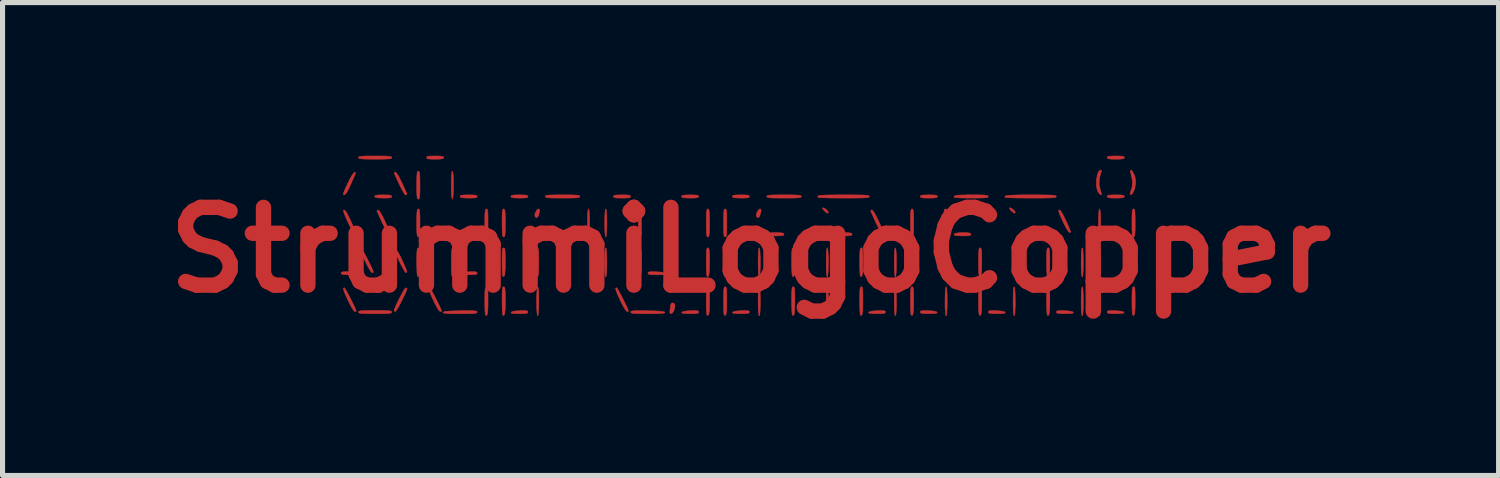
<source format=kicad_pcb>
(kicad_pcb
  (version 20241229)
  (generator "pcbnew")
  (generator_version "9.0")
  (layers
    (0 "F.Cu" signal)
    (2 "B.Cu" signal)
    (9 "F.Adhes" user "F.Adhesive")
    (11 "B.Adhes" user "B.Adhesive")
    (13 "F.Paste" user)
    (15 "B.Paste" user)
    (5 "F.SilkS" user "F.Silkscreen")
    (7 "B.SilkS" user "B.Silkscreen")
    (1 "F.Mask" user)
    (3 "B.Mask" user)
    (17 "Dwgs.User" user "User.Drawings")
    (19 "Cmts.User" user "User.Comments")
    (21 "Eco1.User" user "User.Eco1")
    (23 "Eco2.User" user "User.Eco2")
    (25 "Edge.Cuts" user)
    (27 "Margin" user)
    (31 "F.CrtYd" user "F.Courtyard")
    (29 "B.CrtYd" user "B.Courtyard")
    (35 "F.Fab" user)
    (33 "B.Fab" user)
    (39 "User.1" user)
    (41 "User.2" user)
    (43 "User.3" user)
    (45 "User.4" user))
  (footprint "StrummiLogoCopper"
    (layer "F.Cu")
    (at 11.655 1.847)
    (property "Reference" "StrummiLogoCopper" (at 0 0 0) (layer "F.Cu") (effects (font (size 1.524 1.524) (thickness 0.3))))
    (attr through_hole)
    (fp_poly (pts (xy 1.458 -0.811) (xy 1.497 -0.779) (xy 1.522 -0.744) (xy 1.524 -0.734) (xy 1.512 -0.72) (xy 1.48 -0.736) (xy 1.439 -0.773) (xy 1.41 -0.809) (xy 1.412 -0.824) (xy 1.422 -0.826) (xy 1.458 -0.811)) (stroke (width 0.01) (type solid)) (fill yes) (layer "F.Cu"))
    (fp_poly (pts (xy 5.119 -0.811) (xy 5.159 -0.779) (xy 5.184 -0.744) (xy 5.186 -0.734) (xy 5.174 -0.72) (xy 5.141 -0.736) (xy 5.101 -0.773) (xy 5.072 -0.809) (xy 5.073 -0.824) (xy 5.084 -0.826) (xy 5.119 -0.811)) (stroke (width 0.01) (type solid)) (fill yes) (layer "F.Cu"))
    (fp_poly (pts (xy -4.135 -0.794) (xy -4.135 -0.758) (xy -4.139 -0.736) (xy -4.16 -0.664) (xy -4.185 -0.633) (xy -4.213 -0.643) (xy -4.224 -0.657) (xy -4.227 -0.694) (xy -4.211 -0.742) (xy -4.185 -0.785) (xy -4.156 -0.804) (xy -4.155 -0.804) (xy -4.135 -0.794)) (stroke (width 0.01) (type solid)) (fill yes) (layer "F.Cu"))
    (fp_poly (pts (xy -1.491 1.054) (xy -1.481 1.099) (xy -1.494 1.164) (xy -1.506 1.195) (xy -1.537 1.24) (xy -1.565 1.25) (xy -1.582 1.226) (xy -1.58 1.183) (xy -1.57 1.122) (xy -1.566 1.077) (xy -1.55 1.043) (xy -1.524 1.037) (xy -1.491 1.054)) (stroke (width 0.01) (type solid)) (fill yes) (layer "F.Cu"))
    (fp_poly (pts (xy 0.204 -0.794) (xy 0.205 -0.758) (xy 0.2 -0.736) (xy 0.179 -0.664) (xy 0.154 -0.633) (xy 0.126 -0.643) (xy 0.116 -0.657) (xy 0.113 -0.694) (xy 0.128 -0.742) (xy 0.155 -0.785) (xy 0.183 -0.804) (xy 0.184 -0.804) (xy 0.204 -0.794)) (stroke (width 0.01) (type solid)) (fill yes) (layer "F.Cu"))
    (fp_poly (pts (xy 3.843 -0.79) (xy 3.852 -0.744) (xy 3.852 -0.72) (xy 3.847 -0.661) (xy 3.83 -0.637) (xy 3.821 -0.635) (xy 3.799 -0.649) (xy 3.789 -0.695) (xy 3.789 -0.72) (xy 3.794 -0.779) (xy 3.811 -0.803) (xy 3.821 -0.804) (xy 3.843 -0.79)) (stroke (width 0.01) (type solid)) (fill yes) (layer "F.Cu"))
    (fp_poly (pts (xy -7.86 0.428) (xy -7.763 0.435) (xy -7.705 0.448) (xy -7.689 0.46) (xy -7.696 0.474) (xy -7.732 0.483) (xy -7.802 0.486) (xy -7.851 0.487) (xy -7.938 0.485) (xy -7.99 0.48) (xy -8.016 0.47) (xy -8.022 0.454) (xy -8.015 0.438) (xy -7.99 0.429) (xy -7.937 0.426) (xy -7.86 0.428)) (stroke (width 0.01) (type solid)) (fill yes) (layer "F.Cu"))
    (fp_poly (pts (xy -5.384 0.429) (xy -5.361 0.439) (xy -5.355 0.454) (xy -5.362 0.471) (xy -5.389 0.481) (xy -5.444 0.486) (xy -5.526 0.487) (xy -5.615 0.485) (xy -5.668 0.479) (xy -5.688 0.468) (xy -5.689 0.46) (xy -5.662 0.444) (xy -5.594 0.433) (xy -5.518 0.428) (xy -5.434 0.426) (xy -5.384 0.429)) (stroke (width 0.01) (type solid)) (fill yes) (layer "F.Cu"))
    (fp_poly (pts (xy -4.389 1.191) (xy -4.366 1.201) (xy -4.36 1.216) (xy -4.368 1.233) (xy -4.395 1.243) (xy -4.449 1.248) (xy -4.531 1.249) (xy -4.621 1.247) (xy -4.673 1.241) (xy -4.694 1.23) (xy -4.694 1.222) (xy -4.667 1.206) (xy -4.599 1.195) (xy -4.523 1.19) (xy -4.439 1.188) (xy -4.389 1.191)) (stroke (width 0.01) (type solid)) (fill yes) (layer "F.Cu"))
    (fp_poly (pts (xy -1.848 0.428) (xy -1.752 0.435) (xy -1.694 0.448) (xy -1.677 0.46) (xy -1.684 0.474) (xy -1.72 0.483) (xy -1.791 0.486) (xy -1.84 0.487) (xy -1.927 0.485) (xy -1.979 0.48) (xy -2.005 0.47) (xy -2.011 0.454) (xy -2.004 0.438) (xy -1.979 0.429) (xy -1.926 0.426) (xy -1.848 0.428)) (stroke (width 0.01) (type solid)) (fill yes) (layer "F.Cu"))
    (fp_poly (pts (xy -1.045 1.191) (xy -1.021 1.201) (xy -1.016 1.216) (xy -1.023 1.233) (xy -1.05 1.243) (xy -1.105 1.248) (xy -1.187 1.249) (xy -1.276 1.247) (xy -1.328 1.241) (xy -1.349 1.23) (xy -1.349 1.222) (xy -1.322 1.206) (xy -1.255 1.195) (xy -1.178 1.19) (xy -1.095 1.188) (xy -1.045 1.191)) (stroke (width 0.01) (type solid)) (fill yes) (layer "F.Cu"))
    (fp_poly (pts (xy -0.05 1.191) (xy -0.027 1.201) (xy -0.021 1.216) (xy -0.028 1.233) (xy -0.055 1.243) (xy -0.11 1.248) (xy -0.192 1.249) (xy -0.281 1.247) (xy -0.334 1.241) (xy -0.354 1.23) (xy -0.355 1.222) (xy -0.328 1.206) (xy -0.26 1.195) (xy -0.184 1.19) (xy -0.1 1.188) (xy -0.05 1.191)) (stroke (width 0.01) (type solid)) (fill yes) (layer "F.Cu"))
    (fp_poly (pts (xy 1.283 1.191) (xy 1.307 1.201) (xy 1.312 1.216) (xy 1.305 1.233) (xy 1.278 1.243) (xy 1.224 1.248) (xy 1.141 1.249) (xy 1.052 1.247) (xy 1 1.241) (xy 0.979 1.23) (xy 0.979 1.222) (xy 1.006 1.206) (xy 1.073 1.195) (xy 1.15 1.19) (xy 1.234 1.188) (xy 1.283 1.191)) (stroke (width 0.01) (type solid)) (fill yes) (layer "F.Cu"))
    (fp_poly (pts (xy 2.617 1.191) (xy 2.64 1.201) (xy 2.646 1.216) (xy 2.639 1.233) (xy 2.612 1.243) (xy 2.557 1.248) (xy 2.475 1.249) (xy 2.386 1.247) (xy 2.333 1.241) (xy 2.313 1.23) (xy 2.312 1.222) (xy 2.339 1.206) (xy 2.407 1.195) (xy 2.483 1.19) (xy 2.567 1.188) (xy 2.617 1.191)) (stroke (width 0.01) (type solid)) (fill yes) (layer "F.Cu"))
    (fp_poly (pts (xy 3.486 1.19) (xy 3.582 1.197) (xy 3.64 1.21) (xy 3.657 1.222) (xy 3.65 1.236) (xy 3.614 1.245) (xy 3.543 1.248) (xy 3.494 1.249) (xy 3.407 1.247) (xy 3.355 1.242) (xy 3.329 1.232) (xy 3.323 1.216) (xy 3.33 1.2) (xy 3.355 1.191) (xy 3.408 1.188) (xy 3.486 1.19)) (stroke (width 0.01) (type solid)) (fill yes) (layer "F.Cu"))
    (fp_poly (pts (xy 4.819 1.19) (xy 4.916 1.197) (xy 4.974 1.21) (xy 4.99 1.222) (xy 4.983 1.236) (xy 4.947 1.245) (xy 4.877 1.248) (xy 4.828 1.249) (xy 4.741 1.247) (xy 4.688 1.242) (xy 4.663 1.232) (xy 4.657 1.216) (xy 4.663 1.2) (xy 4.689 1.191) (xy 4.741 1.188) (xy 4.819 1.19)) (stroke (width 0.01) (type solid)) (fill yes) (layer "F.Cu"))
    (fp_poly (pts (xy 6.153 1.19) (xy 6.249 1.197) (xy 6.307 1.21) (xy 6.324 1.222) (xy 6.317 1.236) (xy 6.281 1.245) (xy 6.21 1.248) (xy 6.161 1.249) (xy 6.074 1.247) (xy 6.022 1.242) (xy 5.996 1.232) (xy 5.99 1.216) (xy 5.997 1.2) (xy 6.022 1.191) (xy 6.075 1.188) (xy 6.153 1.19)) (stroke (width 0.01) (type solid)) (fill yes) (layer "F.Cu"))
    (fp_poly (pts (xy 7.147 1.19) (xy 7.244 1.197) (xy 7.302 1.21) (xy 7.318 1.222) (xy 7.311 1.236) (xy 7.275 1.245) (xy 7.205 1.248) (xy 7.156 1.249) (xy 7.069 1.247) (xy 7.017 1.242) (xy 6.991 1.232) (xy 6.985 1.216) (xy 6.992 1.2) (xy 7.017 1.191) (xy 7.07 1.188) (xy 7.147 1.19)) (stroke (width 0.01) (type solid)) (fill yes) (layer "F.Cu"))
    (fp_poly (pts (xy -6.094 -1.84) (xy -6.042 -1.835) (xy -6.017 -1.824) (xy -6.011 -1.81) (xy -6.019 -1.793) (xy -6.048 -1.784) (xy -6.106 -1.779) (xy -6.181 -1.778) (xy -6.268 -1.779) (xy -6.32 -1.785) (xy -6.345 -1.796) (xy -6.35 -1.81) (xy -6.342 -1.826) (xy -6.313 -1.836) (xy -6.256 -1.84) (xy -6.181 -1.841) (xy -6.094 -1.84)) (stroke (width 0.01) (type solid)) (fill yes) (layer "F.Cu"))
    (fp_poly (pts (xy -5.833 -0.022) (xy -5.826 0.037) (xy -5.822 0.129) (xy -5.821 0.243) (xy -5.822 0.364) (xy -5.827 0.455) (xy -5.834 0.511) (xy -5.842 0.529) (xy -5.851 0.509) (xy -5.858 0.45) (xy -5.862 0.358) (xy -5.863 0.243) (xy -5.862 0.123) (xy -5.857 0.032) (xy -5.85 -0.024) (xy -5.842 -0.042) (xy -5.833 -0.022)) (stroke (width 0.01) (type solid)) (fill yes) (layer "F.Cu"))
    (fp_poly (pts (xy -5.833 -1.525) (xy -5.826 -1.466) (xy -5.822 -1.375) (xy -5.821 -1.27) (xy -5.822 -1.152) (xy -5.827 -1.064) (xy -5.834 -1.011) (xy -5.842 -0.995) (xy -5.851 -1.015) (xy -5.858 -1.074) (xy -5.862 -1.165) (xy -5.863 -1.27) (xy -5.862 -1.388) (xy -5.857 -1.476) (xy -5.85 -1.529) (xy -5.842 -1.545) (xy -5.833 -1.525)) (stroke (width 0.01) (type solid)) (fill yes) (layer "F.Cu"))
    (fp_poly (pts (xy -4.161 -0.022) (xy -4.154 0.037) (xy -4.15 0.129) (xy -4.149 0.243) (xy -4.15 0.364) (xy -4.155 0.455) (xy -4.161 0.511) (xy -4.17 0.529) (xy -4.179 0.509) (xy -4.185 0.45) (xy -4.19 0.358) (xy -4.191 0.243) (xy -4.189 0.123) (xy -4.185 0.032) (xy -4.178 -0.024) (xy -4.17 -0.042) (xy -4.161 -0.022)) (stroke (width 0.01) (type solid)) (fill yes) (layer "F.Cu"))
    (fp_poly (pts (xy -4.161 0.74) (xy -4.154 0.799) (xy -4.15 0.891) (xy -4.149 1.005) (xy -4.15 1.126) (xy -4.155 1.217) (xy -4.161 1.273) (xy -4.17 1.291) (xy -4.179 1.271) (xy -4.185 1.212) (xy -4.19 1.12) (xy -4.191 1.005) (xy -4.189 0.885) (xy -4.185 0.794) (xy -4.178 0.738) (xy -4.17 0.72) (xy -4.161 0.74)) (stroke (width 0.01) (type solid)) (fill yes) (layer "F.Cu"))
    (fp_poly (pts (xy -3.166 -0.784) (xy -3.159 -0.726) (xy -3.155 -0.634) (xy -3.154 -0.529) (xy -3.155 -0.411) (xy -3.16 -0.324) (xy -3.167 -0.27) (xy -3.175 -0.254) (xy -3.184 -0.274) (xy -3.191 -0.333) (xy -3.195 -0.425) (xy -3.196 -0.529) (xy -3.195 -0.647) (xy -3.19 -0.735) (xy -3.183 -0.789) (xy -3.175 -0.804) (xy -3.166 -0.784)) (stroke (width 0.01) (type solid)) (fill yes) (layer "F.Cu"))
    (fp_poly (pts (xy -2.827 -0.022) (xy -2.821 0.037) (xy -2.817 0.129) (xy -2.815 0.243) (xy -2.817 0.364) (xy -2.821 0.455) (xy -2.828 0.511) (xy -2.836 0.529) (xy -2.845 0.509) (xy -2.852 0.45) (xy -2.856 0.358) (xy -2.857 0.243) (xy -2.856 0.123) (xy -2.852 0.032) (xy -2.845 -0.024) (xy -2.836 -0.042) (xy -2.827 -0.022)) (stroke (width 0.01) (type solid)) (fill yes) (layer "F.Cu"))
    (fp_poly (pts (xy -2.827 -0.784) (xy -2.821 -0.726) (xy -2.816 -0.634) (xy -2.815 -0.529) (xy -2.817 -0.411) (xy -2.821 -0.324) (xy -2.828 -0.27) (xy -2.836 -0.254) (xy -2.845 -0.274) (xy -2.852 -0.333) (xy -2.856 -0.425) (xy -2.857 -0.529) (xy -2.856 -0.647) (xy -2.851 -0.735) (xy -2.844 -0.789) (xy -2.836 -0.804) (xy -2.827 -0.784)) (stroke (width 0.01) (type solid)) (fill yes) (layer "F.Cu"))
    (fp_poly (pts (xy -2.432 -1.078) (xy -2.38 -1.073) (xy -2.355 -1.062) (xy -2.349 -1.048) (xy -2.357 -1.031) (xy -2.386 -1.022) (xy -2.444 -1.017) (xy -2.519 -1.016) (xy -2.606 -1.017) (xy -2.658 -1.023) (xy -2.683 -1.034) (xy -2.688 -1.048) (xy -2.68 -1.064) (xy -2.651 -1.074) (xy -2.594 -1.078) (xy -2.519 -1.079) (xy -2.432 -1.078)) (stroke (width 0.01) (type solid)) (fill yes) (layer "F.Cu"))
    (fp_poly (pts (xy -1.494 -0.022) (xy -1.487 0.037) (xy -1.483 0.129) (xy -1.482 0.243) (xy -1.483 0.364) (xy -1.488 0.455) (xy -1.494 0.511) (xy -1.503 0.529) (xy -1.512 0.509) (xy -1.518 0.45) (xy -1.523 0.358) (xy -1.524 0.243) (xy -1.522 0.123) (xy -1.518 0.032) (xy -1.511 -0.024) (xy -1.503 -0.042) (xy -1.494 -0.022)) (stroke (width 0.01) (type solid)) (fill yes) (layer "F.Cu"))
    (fp_poly (pts (xy -1.494 -0.784) (xy -1.487 -0.726) (xy -1.483 -0.634) (xy -1.482 -0.529) (xy -1.483 -0.411) (xy -1.488 -0.324) (xy -1.495 -0.27) (xy -1.503 -0.254) (xy -1.512 -0.274) (xy -1.519 -0.333) (xy -1.523 -0.425) (xy -1.524 -0.529) (xy -1.522 -0.647) (xy -1.518 -0.735) (xy -1.511 -0.789) (xy -1.503 -0.804) (xy -1.494 -0.784)) (stroke (width 0.01) (type solid)) (fill yes) (layer "F.Cu"))
    (fp_poly (pts (xy 0.178 -0.022) (xy 0.185 0.037) (xy 0.189 0.129) (xy 0.191 0.243) (xy 0.189 0.364) (xy 0.185 0.455) (xy 0.178 0.511) (xy 0.169 0.529) (xy 0.16 0.509) (xy 0.154 0.45) (xy 0.15 0.358) (xy 0.148 0.243) (xy 0.15 0.123) (xy 0.154 0.032) (xy 0.161 -0.024) (xy 0.169 -0.042) (xy 0.178 -0.022)) (stroke (width 0.01) (type solid)) (fill yes) (layer "F.Cu"))
    (fp_poly (pts (xy 0.178 0.74) (xy 0.185 0.799) (xy 0.189 0.891) (xy 0.191 1.005) (xy 0.189 1.126) (xy 0.185 1.217) (xy 0.178 1.273) (xy 0.169 1.291) (xy 0.16 1.271) (xy 0.154 1.212) (xy 0.15 1.12) (xy 0.148 1.005) (xy 0.15 0.885) (xy 0.154 0.794) (xy 0.161 0.738) (xy 0.169 0.72) (xy 0.178 0.74)) (stroke (width 0.01) (type solid)) (fill yes) (layer "F.Cu"))
    (fp_poly (pts (xy 0.574 -0.337) (xy 0.626 -0.332) (xy 0.651 -0.321) (xy 0.656 -0.307) (xy 0.648 -0.291) (xy 0.619 -0.281) (xy 0.562 -0.276) (xy 0.487 -0.275) (xy 0.4 -0.277) (xy 0.348 -0.282) (xy 0.323 -0.293) (xy 0.318 -0.307) (xy 0.325 -0.323) (xy 0.354 -0.333) (xy 0.412 -0.338) (xy 0.487 -0.339) (xy 0.574 -0.337)) (stroke (width 0.01) (type solid)) (fill yes) (layer "F.Cu"))
    (fp_poly (pts (xy 1.512 -0.022) (xy 1.518 0.037) (xy 1.523 0.129) (xy 1.524 0.243) (xy 1.522 0.364) (xy 1.518 0.455) (xy 1.511 0.511) (xy 1.503 0.529) (xy 1.494 0.509) (xy 1.487 0.45) (xy 1.483 0.358) (xy 1.482 0.243) (xy 1.483 0.123) (xy 1.488 0.032) (xy 1.494 -0.024) (xy 1.503 -0.042) (xy 1.512 -0.022)) (stroke (width 0.01) (type solid)) (fill yes) (layer "F.Cu"))
    (fp_poly (pts (xy 1.512 0.74) (xy 1.518 0.799) (xy 1.523 0.891) (xy 1.524 1.005) (xy 1.522 1.126) (xy 1.518 1.217) (xy 1.511 1.273) (xy 1.503 1.291) (xy 1.494 1.271) (xy 1.487 1.212) (xy 1.483 1.12) (xy 1.482 1.005) (xy 1.483 0.885) (xy 1.488 0.794) (xy 1.494 0.738) (xy 1.503 0.72) (xy 1.512 0.74)) (stroke (width 0.01) (type solid)) (fill yes) (layer "F.Cu"))
    (fp_poly (pts (xy 1.907 -0.337) (xy 1.959 -0.332) (xy 1.984 -0.321) (xy 1.99 -0.307) (xy 1.982 -0.291) (xy 1.953 -0.281) (xy 1.895 -0.276) (xy 1.82 -0.275) (xy 1.733 -0.277) (xy 1.681 -0.282) (xy 1.656 -0.293) (xy 1.651 -0.307) (xy 1.659 -0.323) (xy 1.688 -0.333) (xy 1.745 -0.338) (xy 1.82 -0.339) (xy 1.907 -0.337)) (stroke (width 0.01) (type solid)) (fill yes) (layer "F.Cu"))
    (fp_poly (pts (xy 2.845 -0.022) (xy 2.852 0.037) (xy 2.856 0.129) (xy 2.857 0.243) (xy 2.856 0.364) (xy 2.852 0.455) (xy 2.845 0.511) (xy 2.836 0.529) (xy 2.827 0.509) (xy 2.821 0.45) (xy 2.817 0.358) (xy 2.815 0.243) (xy 2.817 0.123) (xy 2.821 0.032) (xy 2.828 -0.024) (xy 2.836 -0.042) (xy 2.845 -0.022)) (stroke (width 0.01) (type solid)) (fill yes) (layer "F.Cu"))
    (fp_poly (pts (xy 2.845 0.74) (xy 2.852 0.799) (xy 2.856 0.891) (xy 2.857 1.005) (xy 2.856 1.126) (xy 2.852 1.217) (xy 2.845 1.273) (xy 2.836 1.291) (xy 2.827 1.271) (xy 2.821 1.212) (xy 2.817 1.12) (xy 2.815 1.005) (xy 2.817 0.885) (xy 2.821 0.794) (xy 2.828 0.738) (xy 2.836 0.72) (xy 2.845 0.74)) (stroke (width 0.01) (type solid)) (fill yes) (layer "F.Cu"))
    (fp_poly (pts (xy 3.579 -1.078) (xy 3.632 -1.073) (xy 3.656 -1.062) (xy 3.662 -1.048) (xy 3.654 -1.031) (xy 3.625 -1.022) (xy 3.568 -1.017) (xy 3.493 -1.016) (xy 3.406 -1.017) (xy 3.353 -1.023) (xy 3.329 -1.034) (xy 3.323 -1.048) (xy 3.331 -1.064) (xy 3.36 -1.074) (xy 3.417 -1.078) (xy 3.493 -1.079) (xy 3.579 -1.078)) (stroke (width 0.01) (type solid)) (fill yes) (layer "F.Cu"))
    (fp_poly (pts (xy 3.84 -0.022) (xy 3.847 0.037) (xy 3.851 0.129) (xy 3.852 0.243) (xy 3.851 0.364) (xy 3.846 0.455) (xy 3.84 0.511) (xy 3.831 0.529) (xy 3.822 0.509) (xy 3.816 0.45) (xy 3.811 0.358) (xy 3.81 0.243) (xy 3.812 0.123) (xy 3.816 0.032) (xy 3.823 -0.024) (xy 3.831 -0.042) (xy 3.84 -0.022)) (stroke (width 0.01) (type solid)) (fill yes) (layer "F.Cu"))
    (fp_poly (pts (xy 3.84 0.74) (xy 3.847 0.799) (xy 3.851 0.891) (xy 3.852 1.005) (xy 3.851 1.126) (xy 3.846 1.217) (xy 3.84 1.273) (xy 3.831 1.291) (xy 3.822 1.271) (xy 3.816 1.212) (xy 3.811 1.12) (xy 3.81 1.005) (xy 3.812 0.885) (xy 3.816 0.794) (xy 3.823 0.738) (xy 3.831 0.72) (xy 3.84 0.74)) (stroke (width 0.01) (type solid)) (fill yes) (layer "F.Cu"))
    (fp_poly (pts (xy 4.244 -0.337) (xy 4.293 -0.331) (xy 4.315 -0.319) (xy 4.318 -0.307) (xy 4.31 -0.29) (xy 4.279 -0.28) (xy 4.219 -0.276) (xy 4.163 -0.275) (xy 4.085 -0.277) (xy 4.026 -0.281) (xy 3.995 -0.288) (xy 3.994 -0.289) (xy 3.986 -0.313) (xy 4.02 -0.329) (xy 4.094 -0.337) (xy 4.16 -0.339) (xy 4.244 -0.337)) (stroke (width 0.01) (type solid)) (fill yes) (layer "F.Cu"))
    (fp_poly (pts (xy 5.174 -0.022) (xy 5.18 0.037) (xy 5.184 0.129) (xy 5.186 0.243) (xy 5.184 0.364) (xy 5.18 0.455) (xy 5.173 0.511) (xy 5.165 0.529) (xy 5.156 0.509) (xy 5.149 0.45) (xy 5.145 0.358) (xy 5.144 0.243) (xy 5.145 0.123) (xy 5.149 0.032) (xy 5.156 -0.024) (xy 5.165 -0.042) (xy 5.174 -0.022)) (stroke (width 0.01) (type solid)) (fill yes) (layer "F.Cu"))
    (fp_poly (pts (xy 5.174 0.74) (xy 5.18 0.799) (xy 5.184 0.891) (xy 5.186 1.005) (xy 5.184 1.126) (xy 5.18 1.217) (xy 5.173 1.273) (xy 5.165 1.291) (xy 5.156 1.271) (xy 5.149 1.212) (xy 5.145 1.12) (xy 5.144 1.005) (xy 5.145 0.885) (xy 5.149 0.794) (xy 5.156 0.738) (xy 5.165 0.72) (xy 5.174 0.74)) (stroke (width 0.01) (type solid)) (fill yes) (layer "F.Cu"))
    (fp_poly (pts (xy 5.577 -0.337) (xy 5.626 -0.331) (xy 5.648 -0.319) (xy 5.652 -0.307) (xy 5.643 -0.29) (xy 5.613 -0.28) (xy 5.552 -0.276) (xy 5.496 -0.275) (xy 5.419 -0.277) (xy 5.359 -0.281) (xy 5.329 -0.288) (xy 5.328 -0.289) (xy 5.32 -0.313) (xy 5.353 -0.329) (xy 5.427 -0.337) (xy 5.494 -0.339) (xy 5.577 -0.337)) (stroke (width 0.01) (type solid)) (fill yes) (layer "F.Cu"))
    (fp_poly (pts (xy 6.507 -0.022) (xy 6.514 0.037) (xy 6.518 0.129) (xy 6.519 0.243) (xy 6.518 0.364) (xy 6.513 0.455) (xy 6.507 0.511) (xy 6.498 0.529) (xy 6.489 0.509) (xy 6.483 0.45) (xy 6.478 0.358) (xy 6.477 0.243) (xy 6.479 0.123) (xy 6.483 0.032) (xy 6.49 -0.024) (xy 6.498 -0.042) (xy 6.507 -0.022)) (stroke (width 0.01) (type solid)) (fill yes) (layer "F.Cu"))
    (fp_poly (pts (xy 6.507 0.74) (xy 6.514 0.799) (xy 6.518 0.891) (xy 6.519 1.005) (xy 6.518 1.126) (xy 6.513 1.217) (xy 6.507 1.273) (xy 6.498 1.291) (xy 6.489 1.271) (xy 6.483 1.212) (xy 6.478 1.12) (xy 6.477 1.005) (xy 6.479 0.885) (xy 6.483 0.794) (xy 6.49 0.738) (xy 6.498 0.72) (xy 6.507 0.74)) (stroke (width 0.01) (type solid)) (fill yes) (layer "F.Cu"))
    (fp_poly (pts (xy 6.846 -0.022) (xy 6.852 0.037) (xy 6.857 0.129) (xy 6.858 0.243) (xy 6.856 0.364) (xy 6.852 0.455) (xy 6.845 0.511) (xy 6.837 0.529) (xy 6.828 0.509) (xy 6.821 0.45) (xy 6.817 0.358) (xy 6.816 0.243) (xy 6.817 0.123) (xy 6.822 0.032) (xy 6.828 -0.024) (xy 6.837 -0.042) (xy 6.846 -0.022)) (stroke (width 0.01) (type solid)) (fill yes) (layer "F.Cu"))
    (fp_poly (pts (xy 6.846 0.74) (xy 6.852 0.799) (xy 6.857 0.891) (xy 6.858 1.005) (xy 6.856 1.126) (xy 6.852 1.217) (xy 6.845 1.273) (xy 6.837 1.291) (xy 6.828 1.271) (xy 6.821 1.212) (xy 6.817 1.12) (xy 6.816 1.005) (xy 6.817 0.885) (xy 6.822 0.794) (xy 6.828 0.738) (xy 6.837 0.72) (xy 6.846 0.74)) (stroke (width 0.01) (type solid)) (fill yes) (layer "F.Cu"))
    (fp_poly (pts (xy 6.846 -0.784) (xy 6.853 -0.726) (xy 6.857 -0.634) (xy 6.858 -0.529) (xy 6.856 -0.411) (xy 6.852 -0.324) (xy 6.845 -0.27) (xy 6.837 -0.254) (xy 6.828 -0.274) (xy 6.821 -0.333) (xy 6.817 -0.425) (xy 6.816 -0.529) (xy 6.817 -0.647) (xy 6.822 -0.735) (xy 6.829 -0.789) (xy 6.837 -0.804) (xy 6.846 -0.784)) (stroke (width 0.01) (type solid)) (fill yes) (layer "F.Cu"))
    (fp_poly (pts (xy 7.241 -1.84) (xy 7.293 -1.835) (xy 7.318 -1.824) (xy 7.324 -1.81) (xy 7.316 -1.793) (xy 7.287 -1.784) (xy 7.229 -1.779) (xy 7.154 -1.778) (xy 7.067 -1.779) (xy 7.015 -1.785) (xy 6.99 -1.796) (xy 6.985 -1.81) (xy 6.993 -1.826) (xy 7.022 -1.836) (xy 7.079 -1.84) (xy 7.154 -1.841) (xy 7.241 -1.84)) (stroke (width 0.01) (type solid)) (fill yes) (layer "F.Cu"))
    (fp_poly (pts (xy 7.241 -1.078) (xy 7.293 -1.073) (xy 7.318 -1.062) (xy 7.324 -1.048) (xy 7.316 -1.031) (xy 7.287 -1.022) (xy 7.229 -1.017) (xy 7.154 -1.016) (xy 7.067 -1.017) (xy 7.015 -1.023) (xy 6.99 -1.034) (xy 6.985 -1.048) (xy 6.993 -1.064) (xy 7.022 -1.074) (xy 7.079 -1.078) (xy 7.154 -1.079) (xy 7.241 -1.078)) (stroke (width 0.01) (type solid)) (fill yes) (layer "F.Cu"))
    (fp_poly (pts (xy 7.485 -1.535) (xy 7.531 -1.438) (xy 7.545 -1.325) (xy 7.527 -1.207) (xy 7.5 -1.138) (xy 7.474 -1.099) (xy 7.448 -1.081) (xy 7.434 -1.085) (xy 7.438 -1.114) (xy 7.475 -1.233) (xy 7.483 -1.336) (xy 7.466 -1.438) (xy 7.464 -1.442) (xy 7.446 -1.518) (xy 7.443 -1.56) (xy 7.457 -1.565) (xy 7.485 -1.535)) (stroke (width 0.01) (type solid)) (fill yes) (layer "F.Cu"))
    (fp_poly (pts (xy -7.11 -1.078) (xy -7.058 -1.073) (xy -7.033 -1.062) (xy -7.027 -1.048) (xy -7.036 -1.031) (xy -7.066 -1.021) (xy -7.126 -1.017) (xy -7.183 -1.016) (xy -7.26 -1.018) (xy -7.32 -1.023) (xy -7.351 -1.029) (xy -7.352 -1.03) (xy -7.365 -1.053) (xy -7.349 -1.068) (xy -7.297 -1.077) (xy -7.208 -1.079) (xy -7.197 -1.079) (xy -7.11 -1.078)) (stroke (width 0.01) (type solid)) (fill yes) (layer "F.Cu"))
    (fp_poly (pts (xy -5.438 -1.078) (xy -5.385 -1.073) (xy -5.361 -1.062) (xy -5.355 -1.048) (xy -5.364 -1.031) (xy -5.394 -1.021) (xy -5.454 -1.017) (xy -5.51 -1.016) (xy -5.588 -1.018) (xy -5.648 -1.023) (xy -5.679 -1.029) (xy -5.68 -1.03) (xy -5.693 -1.053) (xy -5.676 -1.068) (xy -5.625 -1.077) (xy -5.536 -1.079) (xy -5.524 -1.079) (xy -5.438 -1.078)) (stroke (width 0.01) (type solid)) (fill yes) (layer "F.Cu"))
    (fp_poly (pts (xy -4.443 -1.078) (xy -4.391 -1.073) (xy -4.366 -1.062) (xy -4.36 -1.048) (xy -4.369 -1.031) (xy -4.399 -1.021) (xy -4.459 -1.017) (xy -4.516 -1.016) (xy -4.593 -1.018) (xy -4.653 -1.023) (xy -4.684 -1.029) (xy -4.685 -1.03) (xy -4.698 -1.053) (xy -4.682 -1.068) (xy -4.63 -1.077) (xy -4.541 -1.079) (xy -4.53 -1.079) (xy -4.443 -1.078)) (stroke (width 0.01) (type solid)) (fill yes) (layer "F.Cu"))
    (fp_poly (pts (xy -1.098 -1.078) (xy -1.046 -1.073) (xy -1.021 -1.062) (xy -1.016 -1.048) (xy -1.024 -1.031) (xy -1.055 -1.021) (xy -1.115 -1.017) (xy -1.171 -1.016) (xy -1.249 -1.018) (xy -1.309 -1.023) (xy -1.339 -1.029) (xy -1.341 -1.03) (xy -1.354 -1.053) (xy -1.337 -1.068) (xy -1.286 -1.077) (xy -1.197 -1.079) (xy -1.185 -1.079) (xy -1.098 -1.078)) (stroke (width 0.01) (type solid)) (fill yes) (layer "F.Cu"))
    (fp_poly (pts (xy -0.104 -1.078) (xy -0.051 -1.073) (xy -0.027 -1.062) (xy -0.021 -1.048) (xy -0.03 -1.031) (xy -0.06 -1.021) (xy -0.12 -1.017) (xy -0.176 -1.016) (xy -0.254 -1.018) (xy -0.314 -1.023) (xy -0.345 -1.029) (xy -0.346 -1.03) (xy -0.359 -1.053) (xy -0.342 -1.068) (xy -0.291 -1.077) (xy -0.202 -1.079) (xy -0.191 -1.079) (xy -0.104 -1.078)) (stroke (width 0.01) (type solid)) (fill yes) (layer "F.Cu"))
    (fp_poly (pts (xy 6.874 -1.551) (xy 6.87 -1.532) (xy 6.833 -1.402) (xy 6.828 -1.282) (xy 6.856 -1.156) (xy 6.872 -1.11) (xy 6.876 -1.082) (xy 6.86 -1.081) (xy 6.834 -1.102) (xy 6.807 -1.14) (xy 6.806 -1.142) (xy 6.784 -1.208) (xy 6.775 -1.289) (xy 6.778 -1.374) (xy 6.791 -1.455) (xy 6.812 -1.52) (xy 6.841 -1.559) (xy 6.861 -1.566) (xy 6.874 -1.551)) (stroke (width 0.01) (type solid)) (fill yes) (layer "F.Cu"))
    (fp_poly (pts (xy -7.94 -0.769) (xy -7.918 -0.737) (xy -7.887 -0.68) (xy -7.844 -0.591) (xy -7.823 -0.545) (xy -7.78 -0.45) (xy -7.756 -0.387) (xy -7.749 -0.351) (xy -7.757 -0.339) (xy -7.759 -0.339) (xy -7.783 -0.358) (xy -7.82 -0.413) (xy -7.866 -0.5) (xy -7.893 -0.556) (xy -7.932 -0.642) (xy -7.96 -0.714) (xy -7.975 -0.763) (xy -7.975 -0.78) (xy -7.958 -0.782) (xy -7.94 -0.769)) (stroke (width 0.01) (type solid)) (fill yes) (layer "F.Cu"))
    (fp_poly (pts (xy -7.742 -1.519) (xy -7.742 -1.498) (xy -7.76 -1.452) (xy -7.776 -1.415) (xy -7.816 -1.326) (xy -7.859 -1.231) (xy -7.877 -1.191) (xy -7.915 -1.121) (xy -7.949 -1.084) (xy -7.963 -1.08) (xy -7.975 -1.086) (xy -7.975 -1.11) (xy -7.959 -1.156) (xy -7.927 -1.23) (xy -7.896 -1.296) (xy -7.849 -1.389) (xy -7.808 -1.462) (xy -7.775 -1.508) (xy -7.759 -1.52) (xy -7.742 -1.519)) (stroke (width 0.01) (type solid)) (fill yes) (layer "F.Cu"))
    (fp_poly (pts (xy 6.075 -0.764) (xy 6.111 -0.708) (xy 6.157 -0.618) (xy 6.214 -0.497) (xy 6.232 -0.456) (xy 6.259 -0.39) (xy 6.268 -0.354) (xy 6.26 -0.34) (xy 6.253 -0.339) (xy 6.23 -0.358) (xy 6.195 -0.411) (xy 6.151 -0.492) (xy 6.127 -0.542) (xy 6.081 -0.643) (xy 6.052 -0.711) (xy 6.038 -0.753) (xy 6.036 -0.775) (xy 6.046 -0.783) (xy 6.053 -0.783) (xy 6.075 -0.764)) (stroke (width 0.01) (type solid)) (fill yes) (layer "F.Cu"))
    (fp_poly (pts (xy -7.275 -0.765) (xy -7.241 -0.713) (xy -7.198 -0.634) (xy -7.168 -0.571) (xy -7.128 -0.485) (xy -7.096 -0.414) (xy -7.076 -0.366) (xy -7.07 -0.349) (xy -7.087 -0.34) (xy -7.098 -0.339) (xy -7.118 -0.357) (xy -7.15 -0.406) (xy -7.189 -0.478) (xy -7.22 -0.543) (xy -7.259 -0.629) (xy -7.291 -0.7) (xy -7.313 -0.749) (xy -7.32 -0.765) (xy -7.31 -0.781) (xy -7.297 -0.783) (xy -7.275 -0.765)) (stroke (width 0.01) (type solid)) (fill yes) (layer "F.Cu"))
    (fp_poly (pts (xy -6.937 -0.003) (xy -6.905 0.046) (xy -6.866 0.119) (xy -6.829 0.196) (xy -6.783 0.298) (xy -6.753 0.367) (xy -6.738 0.41) (xy -6.734 0.434) (xy -6.742 0.443) (xy -6.754 0.445) (xy -6.771 0.426) (xy -6.801 0.377) (xy -6.84 0.305) (xy -6.881 0.223) (xy -6.922 0.135) (xy -6.955 0.061) (xy -6.978 0.01) (xy -6.985 -0.01) (xy -6.968 -0.02) (xy -6.957 -0.021) (xy -6.937 -0.003)) (stroke (width 0.01) (type solid)) (fill yes) (layer "F.Cu"))
    (fp_poly (pts (xy -6.936 -1.505) (xy -6.902 -1.454) (xy -6.86 -1.375) (xy -6.829 -1.312) (xy -6.79 -1.226) (xy -6.758 -1.155) (xy -6.737 -1.107) (xy -6.731 -1.09) (xy -6.748 -1.08) (xy -6.76 -1.079) (xy -6.78 -1.098) (xy -6.811 -1.147) (xy -6.85 -1.219) (xy -6.881 -1.284) (xy -6.92 -1.369) (xy -6.953 -1.441) (xy -6.975 -1.49) (xy -6.981 -1.506) (xy -6.971 -1.522) (xy -6.958 -1.524) (xy -6.936 -1.505)) (stroke (width 0.01) (type solid)) (fill yes) (layer "F.Cu"))
    (fp_poly (pts (xy -6.733 0.751) (xy -6.731 0.757) (xy -6.74 0.789) (xy -6.763 0.847) (xy -6.798 0.92) (xy -6.837 1.001) (xy -6.878 1.079) (xy -6.915 1.145) (xy -6.943 1.191) (xy -6.959 1.206) (xy -6.983 1.197) (xy -6.985 1.192) (xy -6.976 1.159) (xy -6.952 1.102) (xy -6.918 1.028) (xy -6.878 0.948) (xy -6.838 0.87) (xy -6.801 0.803) (xy -6.772 0.757) (xy -6.757 0.742) (xy -6.733 0.751)) (stroke (width 0.01) (type solid)) (fill yes) (layer "F.Cu"))
    (fp_poly (pts (xy 2.398 -0.765) (xy 2.433 -0.713) (xy 2.475 -0.634) (xy 2.505 -0.571) (xy 2.545 -0.485) (xy 2.577 -0.414) (xy 2.597 -0.366) (xy 2.603 -0.349) (xy 2.586 -0.34) (xy 2.575 -0.339) (xy 2.555 -0.357) (xy 2.523 -0.406) (xy 2.484 -0.478) (xy 2.453 -0.543) (xy 2.414 -0.629) (xy 2.382 -0.7) (xy 2.36 -0.749) (xy 2.353 -0.765) (xy 2.363 -0.781) (xy 2.376 -0.783) (xy 2.398 -0.765)) (stroke (width 0.01) (type solid)) (fill yes) (layer "F.Cu"))
    (fp_poly (pts (xy -7.944 0.758) (xy -7.916 0.805) (xy -7.88 0.873) (xy -7.839 0.951) (xy -7.799 1.032) (xy -7.763 1.106) (xy -7.738 1.164) (xy -7.726 1.197) (xy -7.726 1.199) (xy -7.743 1.206) (xy -7.754 1.206) (xy -7.774 1.188) (xy -7.807 1.14) (xy -7.847 1.068) (xy -7.881 0.997) (xy -7.93 0.893) (xy -7.96 0.82) (xy -7.975 0.774) (xy -7.976 0.75) (xy -7.964 0.741) (xy -7.958 0.741) (xy -7.944 0.758)) (stroke (width 0.01) (type solid)) (fill yes) (layer "F.Cu"))
    (fp_poly (pts (xy -7.605 -0.004) (xy -7.577 0.043) (xy -7.541 0.111) (xy -7.5 0.189) (xy -7.46 0.27) (xy -7.425 0.344) (xy -7.399 0.402) (xy -7.387 0.435) (xy -7.387 0.437) (xy -7.404 0.444) (xy -7.416 0.445) (xy -7.436 0.426) (xy -7.468 0.378) (xy -7.508 0.306) (xy -7.543 0.235) (xy -7.591 0.131) (xy -7.622 0.058) (xy -7.637 0.012) (xy -7.637 -0.012) (xy -7.625 -0.021) (xy -7.62 -0.021) (xy -7.605 -0.004)) (stroke (width 0.01) (type solid)) (fill yes) (layer "F.Cu"))
    (fp_poly (pts (xy -6.272 0.758) (xy -6.244 0.805) (xy -6.207 0.873) (xy -6.167 0.951) (xy -6.126 1.032) (xy -6.091 1.106) (xy -6.065 1.164) (xy -6.054 1.197) (xy -6.054 1.199) (xy -6.071 1.206) (xy -6.082 1.206) (xy -6.102 1.188) (xy -6.135 1.14) (xy -6.174 1.068) (xy -6.209 0.997) (xy -6.258 0.893) (xy -6.288 0.82) (xy -6.303 0.774) (xy -6.304 0.75) (xy -6.292 0.741) (xy -6.286 0.741) (xy -6.272 0.758)) (stroke (width 0.01) (type solid)) (fill yes) (layer "F.Cu"))
    (fp_poly (pts (xy -2.61 0.758) (xy -2.582 0.805) (xy -2.546 0.873) (xy -2.505 0.951) (xy -2.465 1.032) (xy -2.429 1.106) (xy -2.404 1.164) (xy -2.392 1.197) (xy -2.392 1.199) (xy -2.409 1.206) (xy -2.42 1.206) (xy -2.44 1.188) (xy -2.473 1.14) (xy -2.513 1.068) (xy -2.547 0.997) (xy -2.596 0.893) (xy -2.626 0.82) (xy -2.641 0.774) (xy -2.642 0.75) (xy -2.63 0.741) (xy -2.624 0.741) (xy -2.61 0.758)) (stroke (width 0.01) (type solid)) (fill yes) (layer "F.Cu"))
    (fp_poly (pts (xy -6.496 -0.036) (xy -6.486 -0.014) (xy -6.481 0.032) (xy -6.478 0.106) (xy -6.477 0.216) (xy -6.477 0.232) (xy -6.479 0.36) (xy -6.484 0.449) (xy -6.493 0.502) (xy -6.507 0.523) (xy -6.526 0.515) (xy -6.527 0.514) (xy -6.532 0.489) (xy -6.536 0.43) (xy -6.539 0.346) (xy -6.54 0.244) (xy -6.54 0.229) (xy -6.54 0.116) (xy -6.537 0.038) (xy -6.532 -0.01) (xy -6.523 -0.035) (xy -6.51 -0.042) (xy -6.509 -0.042) (xy -6.496 -0.036)) (stroke (width 0.01) (type solid)) (fill yes) (layer "F.Cu"))
    (fp_poly (pts (xy -5.565 -0.338) (xy -5.473 -0.336) (xy -5.411 -0.332) (xy -5.375 -0.326) (xy -5.358 -0.317) (xy -5.355 -0.307) (xy -5.361 -0.295) (xy -5.382 -0.286) (xy -5.424 -0.28) (xy -5.493 -0.277) (xy -5.595 -0.275) (xy -5.68 -0.275) (xy -5.793 -0.276) (xy -5.891 -0.278) (xy -5.966 -0.282) (xy -6.01 -0.287) (xy -6.018 -0.289) (xy -6.03 -0.307) (xy -6.021 -0.32) (xy -5.987 -0.329) (xy -5.924 -0.335) (xy -5.828 -0.338) (xy -5.694 -0.339) (xy -5.565 -0.338)) (stroke (width 0.01) (type solid)) (fill yes) (layer "F.Cu"))
    (fp_poly (pts (xy -5.469 1.19) (xy -5.409 1.193) (xy -5.374 1.199) (xy -5.358 1.208) (xy -5.355 1.217) (xy -5.361 1.229) (xy -5.382 1.238) (xy -5.423 1.244) (xy -5.491 1.247) (xy -5.591 1.249) (xy -5.696 1.249) (xy -5.828 1.248) (xy -5.923 1.246) (xy -5.985 1.241) (xy -6.018 1.234) (xy -6.028 1.224) (xy -6.027 1.222) (xy -6.011 1.211) (xy -5.966 1.203) (xy -5.89 1.197) (xy -5.778 1.193) (xy -5.687 1.191) (xy -5.56 1.189) (xy -5.469 1.19)) (stroke (width 0.01) (type solid)) (fill yes) (layer "F.Cu"))
    (fp_poly (pts (xy -5.162 0.726) (xy -5.153 0.748) (xy -5.147 0.794) (xy -5.144 0.868) (xy -5.144 0.978) (xy -5.144 0.994) (xy -5.145 1.122) (xy -5.15 1.211) (xy -5.159 1.264) (xy -5.173 1.285) (xy -5.193 1.277) (xy -5.193 1.276) (xy -5.199 1.251) (xy -5.203 1.192) (xy -5.206 1.108) (xy -5.207 1.006) (xy -5.207 0.991) (xy -5.206 0.878) (xy -5.204 0.8) (xy -5.198 0.752) (xy -5.19 0.727) (xy -5.177 0.72) (xy -5.175 0.72) (xy -5.162 0.726)) (stroke (width 0.01) (type solid)) (fill yes) (layer "F.Cu"))
    (fp_poly (pts (xy -4.823 -0.036) (xy -4.814 -0.014) (xy -4.809 0.032) (xy -4.806 0.106) (xy -4.805 0.216) (xy -4.805 0.232) (xy -4.806 0.36) (xy -4.812 0.449) (xy -4.821 0.502) (xy -4.835 0.523) (xy -4.854 0.515) (xy -4.855 0.514) (xy -4.86 0.489) (xy -4.864 0.43) (xy -4.867 0.346) (xy -4.868 0.244) (xy -4.868 0.229) (xy -4.868 0.116) (xy -4.865 0.038) (xy -4.86 -0.01) (xy -4.851 -0.035) (xy -4.838 -0.042) (xy -4.837 -0.042) (xy -4.823 -0.036)) (stroke (width 0.01) (type solid)) (fill yes) (layer "F.Cu"))
    (fp_poly (pts (xy -4.823 0.726) (xy -4.814 0.748) (xy -4.809 0.794) (xy -4.806 0.868) (xy -4.805 0.978) (xy -4.805 0.994) (xy -4.806 1.122) (xy -4.812 1.211) (xy -4.821 1.264) (xy -4.835 1.285) (xy -4.854 1.277) (xy -4.855 1.276) (xy -4.86 1.251) (xy -4.864 1.192) (xy -4.867 1.108) (xy -4.868 1.006) (xy -4.868 0.991) (xy -4.868 0.878) (xy -4.865 0.8) (xy -4.86 0.752) (xy -4.851 0.727) (xy -4.838 0.72) (xy -4.837 0.72) (xy -4.823 0.726)) (stroke (width 0.01) (type solid)) (fill yes) (layer "F.Cu"))
    (fp_poly (pts (xy -2.156 -0.036) (xy -2.147 -0.014) (xy -2.142 0.032) (xy -2.139 0.106) (xy -2.138 0.216) (xy -2.138 0.232) (xy -2.139 0.36) (xy -2.145 0.449) (xy -2.154 0.502) (xy -2.168 0.523) (xy -2.187 0.515) (xy -2.188 0.514) (xy -2.193 0.489) (xy -2.197 0.43) (xy -2.2 0.346) (xy -2.201 0.244) (xy -2.201 0.229) (xy -2.201 0.116) (xy -2.198 0.038) (xy -2.193 -0.01) (xy -2.184 -0.035) (xy -2.171 -0.042) (xy -2.17 -0.042) (xy -2.156 -0.036)) (stroke (width 0.01) (type solid)) (fill yes) (layer "F.Cu"))
    (fp_poly (pts (xy -2.117 1.189) (xy -2.018 1.191) (xy -1.881 1.194) (xy -1.783 1.199) (xy -1.719 1.206) (xy -1.685 1.215) (xy -1.677 1.222) (xy -1.684 1.233) (xy -1.713 1.24) (xy -1.77 1.245) (xy -1.859 1.248) (xy -1.986 1.249) (xy -2.009 1.249) (xy -2.138 1.248) (xy -2.231 1.246) (xy -2.293 1.243) (xy -2.329 1.236) (xy -2.346 1.227) (xy -2.349 1.217) (xy -2.344 1.205) (xy -2.324 1.197) (xy -2.283 1.192) (xy -2.216 1.189) (xy -2.117 1.189)) (stroke (width 0.01) (type solid)) (fill yes) (layer "F.Cu"))
    (fp_poly (pts (xy -0.823 -0.036) (xy -0.814 -0.014) (xy -0.808 0.032) (xy -0.805 0.106) (xy -0.804 0.216) (xy -0.804 0.232) (xy -0.806 0.36) (xy -0.811 0.449) (xy -0.82 0.502) (xy -0.834 0.523) (xy -0.853 0.515) (xy -0.854 0.514) (xy -0.859 0.489) (xy -0.864 0.43) (xy -0.867 0.346) (xy -0.868 0.244) (xy -0.868 0.229) (xy -0.867 0.116) (xy -0.864 0.038) (xy -0.859 -0.01) (xy -0.85 -0.035) (xy -0.838 -0.042) (xy -0.836 -0.042) (xy -0.823 -0.036)) (stroke (width 0.01) (type solid)) (fill yes) (layer "F.Cu"))
    (fp_poly (pts (xy -0.823 0.726) (xy -0.814 0.748) (xy -0.808 0.794) (xy -0.805 0.868) (xy -0.804 0.978) (xy -0.804 0.994) (xy -0.806 1.122) (xy -0.811 1.211) (xy -0.82 1.264) (xy -0.834 1.285) (xy -0.853 1.277) (xy -0.854 1.276) (xy -0.859 1.251) (xy -0.864 1.192) (xy -0.867 1.108) (xy -0.868 1.006) (xy -0.868 0.991) (xy -0.867 0.878) (xy -0.864 0.8) (xy -0.859 0.752) (xy -0.85 0.727) (xy -0.838 0.72) (xy -0.836 0.72) (xy -0.823 0.726)) (stroke (width 0.01) (type solid)) (fill yes) (layer "F.Cu"))
    (fp_poly (pts (xy -0.484 -0.036) (xy -0.475 -0.014) (xy -0.469 0.032) (xy -0.467 0.106) (xy -0.466 0.216) (xy -0.466 0.232) (xy -0.467 0.36) (xy -0.472 0.449) (xy -0.482 0.502) (xy -0.495 0.523) (xy -0.515 0.515) (xy -0.516 0.514) (xy -0.521 0.489) (xy -0.525 0.43) (xy -0.528 0.346) (xy -0.529 0.244) (xy -0.529 0.229) (xy -0.528 0.116) (xy -0.526 0.038) (xy -0.52 -0.01) (xy -0.512 -0.035) (xy -0.499 -0.042) (xy -0.497 -0.042) (xy -0.484 -0.036)) (stroke (width 0.01) (type solid)) (fill yes) (layer "F.Cu"))
    (fp_poly (pts (xy -0.484 0.726) (xy -0.475 0.748) (xy -0.469 0.794) (xy -0.467 0.868) (xy -0.466 0.978) (xy -0.466 0.994) (xy -0.467 1.122) (xy -0.472 1.211) (xy -0.482 1.264) (xy -0.495 1.285) (xy -0.515 1.277) (xy -0.516 1.276) (xy -0.521 1.251) (xy -0.525 1.192) (xy -0.528 1.108) (xy -0.529 1.006) (xy -0.529 0.991) (xy -0.528 0.878) (xy -0.526 0.8) (xy -0.52 0.752) (xy -0.512 0.727) (xy -0.499 0.72) (xy -0.497 0.72) (xy -0.484 0.726)) (stroke (width 0.01) (type solid)) (fill yes) (layer "F.Cu"))
    (fp_poly (pts (xy 0.849 -0.036) (xy 0.858 -0.014) (xy 0.864 0.032) (xy 0.867 0.106) (xy 0.868 0.216) (xy 0.868 0.232) (xy 0.866 0.36) (xy 0.861 0.449) (xy 0.852 0.502) (xy 0.838 0.523) (xy 0.819 0.515) (xy 0.818 0.514) (xy 0.813 0.489) (xy 0.809 0.43) (xy 0.806 0.346) (xy 0.804 0.244) (xy 0.804 0.229) (xy 0.805 0.116) (xy 0.808 0.038) (xy 0.813 -0.01) (xy 0.822 -0.035) (xy 0.835 -0.042) (xy 0.836 -0.042) (xy 0.849 -0.036)) (stroke (width 0.01) (type solid)) (fill yes) (layer "F.Cu"))
    (fp_poly (pts (xy 0.849 0.726) (xy 0.858 0.748) (xy 0.864 0.794) (xy 0.867 0.868) (xy 0.868 0.978) (xy 0.868 0.994) (xy 0.866 1.122) (xy 0.861 1.211) (xy 0.852 1.264) (xy 0.838 1.285) (xy 0.819 1.277) (xy 0.818 1.276) (xy 0.813 1.251) (xy 0.809 1.192) (xy 0.806 1.108) (xy 0.804 1.006) (xy 0.804 0.991) (xy 0.805 0.878) (xy 0.808 0.8) (xy 0.813 0.752) (xy 0.822 0.727) (xy 0.835 0.72) (xy 0.836 0.72) (xy 0.849 0.726)) (stroke (width 0.01) (type solid)) (fill yes) (layer "F.Cu"))
    (fp_poly (pts (xy 2.183 -0.036) (xy 2.192 -0.014) (xy 2.198 0.032) (xy 2.2 0.106) (xy 2.201 0.216) (xy 2.201 0.232) (xy 2.2 0.36) (xy 2.195 0.449) (xy 2.185 0.502) (xy 2.172 0.523) (xy 2.152 0.515) (xy 2.151 0.514) (xy 2.146 0.489) (xy 2.142 0.43) (xy 2.139 0.346) (xy 2.138 0.244) (xy 2.138 0.229) (xy 2.139 0.116) (xy 2.141 0.038) (xy 2.147 -0.01) (xy 2.155 -0.035) (xy 2.168 -0.042) (xy 2.17 -0.042) (xy 2.183 -0.036)) (stroke (width 0.01) (type solid)) (fill yes) (layer "F.Cu"))
    (fp_poly (pts (xy 2.183 0.726) (xy 2.192 0.748) (xy 2.198 0.794) (xy 2.2 0.868) (xy 2.201 0.978) (xy 2.201 0.994) (xy 2.2 1.122) (xy 2.195 1.211) (xy 2.185 1.264) (xy 2.172 1.285) (xy 2.152 1.277) (xy 2.151 1.276) (xy 2.146 1.251) (xy 2.142 1.192) (xy 2.139 1.108) (xy 2.138 1.006) (xy 2.138 0.991) (xy 2.139 0.878) (xy 2.141 0.8) (xy 2.147 0.752) (xy 2.155 0.727) (xy 2.168 0.72) (xy 2.17 0.72) (xy 2.183 0.726)) (stroke (width 0.01) (type solid)) (fill yes) (layer "F.Cu"))
    (fp_poly (pts (xy 3.178 -0.036) (xy 3.187 -0.014) (xy 3.192 0.032) (xy 3.195 0.106) (xy 3.196 0.216) (xy 3.196 0.232) (xy 3.195 0.36) (xy 3.189 0.449) (xy 3.18 0.502) (xy 3.166 0.523) (xy 3.147 0.515) (xy 3.146 0.514) (xy 3.141 0.489) (xy 3.137 0.43) (xy 3.134 0.346) (xy 3.133 0.244) (xy 3.133 0.229) (xy 3.133 0.116) (xy 3.136 0.038) (xy 3.141 -0.01) (xy 3.15 -0.035) (xy 3.163 -0.042) (xy 3.164 -0.042) (xy 3.178 -0.036)) (stroke (width 0.01) (type solid)) (fill yes) (layer "F.Cu"))
    (fp_poly (pts (xy 3.178 0.726) (xy 3.187 0.748) (xy 3.192 0.794) (xy 3.195 0.868) (xy 3.196 0.978) (xy 3.196 0.994) (xy 3.195 1.122) (xy 3.189 1.211) (xy 3.18 1.264) (xy 3.166 1.285) (xy 3.147 1.277) (xy 3.146 1.276) (xy 3.141 1.251) (xy 3.137 1.192) (xy 3.134 1.108) (xy 3.133 1.006) (xy 3.133 0.991) (xy 3.133 0.878) (xy 3.136 0.8) (xy 3.141 0.752) (xy 3.15 0.727) (xy 3.163 0.72) (xy 3.164 0.72) (xy 3.178 0.726)) (stroke (width 0.01) (type solid)) (fill yes) (layer "F.Cu"))
    (fp_poly (pts (xy 4.456 -1.079) (xy 4.546 -1.077) (xy 4.605 -1.073) (xy 4.639 -1.066) (xy 4.654 -1.056) (xy 4.657 -1.048) (xy 4.651 -1.035) (xy 4.63 -1.027) (xy 4.588 -1.021) (xy 4.519 -1.018) (xy 4.417 -1.016) (xy 4.332 -1.016) (xy 4.219 -1.017) (xy 4.121 -1.019) (xy 4.046 -1.023) (xy 4.002 -1.027) (xy 3.994 -1.03) (xy 3.985 -1.048) (xy 4.002 -1.061) (xy 4.048 -1.071) (xy 4.127 -1.076) (xy 4.243 -1.079) (xy 4.33 -1.079) (xy 4.456 -1.079)) (stroke (width 0.01) (type solid)) (fill yes) (layer "F.Cu"))
    (fp_poly (pts (xy 4.511 -0.036) (xy 4.52 -0.014) (xy 4.526 0.032) (xy 4.529 0.106) (xy 4.53 0.216) (xy 4.53 0.232) (xy 4.528 0.36) (xy 4.523 0.449) (xy 4.514 0.502) (xy 4.5 0.523) (xy 4.481 0.515) (xy 4.48 0.514) (xy 4.475 0.489) (xy 4.47 0.43) (xy 4.467 0.346) (xy 4.466 0.244) (xy 4.466 0.229) (xy 4.467 0.116) (xy 4.47 0.038) (xy 4.475 -0.01) (xy 4.484 -0.035) (xy 4.496 -0.042) (xy 4.498 -0.042) (xy 4.511 -0.036)) (stroke (width 0.01) (type solid)) (fill yes) (layer "F.Cu"))
    (fp_poly (pts (xy 4.511 0.726) (xy 4.52 0.748) (xy 4.526 0.794) (xy 4.529 0.868) (xy 4.53 0.978) (xy 4.53 0.994) (xy 4.528 1.122) (xy 4.523 1.211) (xy 4.514 1.264) (xy 4.5 1.285) (xy 4.481 1.277) (xy 4.48 1.276) (xy 4.475 1.251) (xy 4.47 1.192) (xy 4.467 1.108) (xy 4.466 1.006) (xy 4.466 0.991) (xy 4.467 0.878) (xy 4.47 0.8) (xy 4.475 0.752) (xy 4.484 0.727) (xy 4.496 0.72) (xy 4.498 0.72) (xy 4.511 0.726)) (stroke (width 0.01) (type solid)) (fill yes) (layer "F.Cu"))
    (fp_poly (pts (xy 5.845 -0.036) (xy 5.854 -0.014) (xy 5.859 0.032) (xy 5.862 0.106) (xy 5.863 0.216) (xy 5.863 0.232) (xy 5.862 0.36) (xy 5.856 0.449) (xy 5.847 0.502) (xy 5.833 0.523) (xy 5.814 0.515) (xy 5.813 0.514) (xy 5.808 0.489) (xy 5.804 0.43) (xy 5.801 0.346) (xy 5.8 0.244) (xy 5.8 0.229) (xy 5.8 0.116) (xy 5.803 0.038) (xy 5.808 -0.01) (xy 5.817 -0.035) (xy 5.83 -0.042) (xy 5.831 -0.042) (xy 5.845 -0.036)) (stroke (width 0.01) (type solid)) (fill yes) (layer "F.Cu"))
    (fp_poly (pts (xy 5.845 0.726) (xy 5.854 0.748) (xy 5.859 0.794) (xy 5.862 0.868) (xy 5.863 0.978) (xy 5.863 0.994) (xy 5.862 1.122) (xy 5.856 1.211) (xy 5.847 1.264) (xy 5.833 1.285) (xy 5.814 1.277) (xy 5.813 1.276) (xy 5.808 1.251) (xy 5.804 1.192) (xy 5.801 1.108) (xy 5.8 1.006) (xy 5.8 0.991) (xy 5.8 0.878) (xy 5.803 0.8) (xy 5.808 0.752) (xy 5.817 0.727) (xy 5.83 0.72) (xy 5.831 0.72) (xy 5.845 0.726)) (stroke (width 0.01) (type solid)) (fill yes) (layer "F.Cu"))
    (fp_poly (pts (xy 7.517 -0.036) (xy 7.526 -0.014) (xy 7.532 0.032) (xy 7.534 0.106) (xy 7.535 0.216) (xy 7.535 0.232) (xy 7.534 0.36) (xy 7.529 0.449) (xy 7.519 0.502) (xy 7.506 0.523) (xy 7.486 0.515) (xy 7.485 0.514) (xy 7.48 0.489) (xy 7.476 0.43) (xy 7.473 0.346) (xy 7.472 0.244) (xy 7.472 0.229) (xy 7.473 0.116) (xy 7.475 0.038) (xy 7.481 -0.01) (xy 7.489 -0.035) (xy 7.502 -0.042) (xy 7.504 -0.042) (xy 7.517 -0.036)) (stroke (width 0.01) (type solid)) (fill yes) (layer "F.Cu"))
    (fp_poly (pts (xy 7.517 0.726) (xy 7.526 0.748) (xy 7.532 0.794) (xy 7.534 0.868) (xy 7.535 0.978) (xy 7.535 0.994) (xy 7.534 1.122) (xy 7.529 1.211) (xy 7.519 1.264) (xy 7.506 1.285) (xy 7.486 1.277) (xy 7.485 1.276) (xy 7.48 1.251) (xy 7.476 1.192) (xy 7.473 1.108) (xy 7.472 1.006) (xy 7.472 0.991) (xy 7.473 0.878) (xy 7.475 0.8) (xy 7.481 0.752) (xy 7.489 0.727) (xy 7.502 0.72) (xy 7.504 0.72) (xy 7.517 0.726)) (stroke (width 0.01) (type solid)) (fill yes) (layer "F.Cu"))
    (fp_poly (pts (xy -7.229 -1.841) (xy -7.139 -1.839) (xy -7.079 -1.835) (xy -7.045 -1.828) (xy -7.03 -1.818) (xy -7.027 -1.81) (xy -7.033 -1.798) (xy -7.054 -1.789) (xy -7.096 -1.783) (xy -7.165 -1.78) (xy -7.266 -1.778) (xy -7.355 -1.778) (xy -7.482 -1.779) (xy -7.572 -1.781) (xy -7.631 -1.785) (xy -7.666 -1.791) (xy -7.681 -1.801) (xy -7.684 -1.81) (xy -7.678 -1.822) (xy -7.657 -1.831) (xy -7.615 -1.836) (xy -7.546 -1.84) (xy -7.445 -1.841) (xy -7.355 -1.841) (xy -7.229 -1.841)) (stroke (width 0.01) (type solid)) (fill yes) (layer "F.Cu"))
    (fp_poly (pts (xy -7.229 1.186) (xy -7.139 1.188) (xy -7.079 1.192) (xy -7.045 1.199) (xy -7.03 1.208) (xy -7.027 1.217) (xy -7.033 1.229) (xy -7.054 1.238) (xy -7.096 1.244) (xy -7.165 1.247) (xy -7.266 1.249) (xy -7.355 1.249) (xy -7.482 1.248) (xy -7.572 1.246) (xy -7.631 1.242) (xy -7.666 1.236) (xy -7.681 1.226) (xy -7.684 1.217) (xy -7.678 1.205) (xy -7.657 1.196) (xy -7.615 1.19) (xy -7.546 1.187) (xy -7.445 1.186) (xy -7.355 1.185) (xy -7.229 1.186)) (stroke (width 0.01) (type solid)) (fill yes) (layer "F.Cu"))
    (fp_poly (pts (xy -6.496 -1.539) (xy -6.486 -1.516) (xy -6.481 -1.471) (xy -6.478 -1.397) (xy -6.477 -1.287) (xy -6.477 -1.27) (xy -6.478 -1.155) (xy -6.48 -1.077) (xy -6.486 -1.028) (xy -6.494 -1.003) (xy -6.507 -0.995) (xy -6.509 -0.995) (xy -6.522 -1.001) (xy -6.531 -1.024) (xy -6.537 -1.069) (xy -6.54 -1.143) (xy -6.54 -1.253) (xy -6.54 -1.27) (xy -6.54 -1.385) (xy -6.537 -1.463) (xy -6.532 -1.512) (xy -6.523 -1.537) (xy -6.511 -1.545) (xy -6.509 -1.545) (xy -6.496 -1.539)) (stroke (width 0.01) (type solid)) (fill yes) (layer "F.Cu"))
    (fp_poly (pts (xy -6.496 -0.798) (xy -6.486 -0.776) (xy -6.481 -0.73) (xy -6.478 -0.656) (xy -6.477 -0.547) (xy -6.477 -0.529) (xy -6.478 -0.415) (xy -6.48 -0.336) (xy -6.486 -0.287) (xy -6.494 -0.262) (xy -6.507 -0.254) (xy -6.509 -0.254) (xy -6.522 -0.26) (xy -6.531 -0.283) (xy -6.537 -0.328) (xy -6.54 -0.402) (xy -6.54 -0.512) (xy -6.54 -0.529) (xy -6.54 -0.644) (xy -6.537 -0.722) (xy -6.532 -0.771) (xy -6.523 -0.796) (xy -6.511 -0.804) (xy -6.509 -0.804) (xy -6.496 -0.798)) (stroke (width 0.01) (type solid)) (fill yes) (layer "F.Cu"))
    (fp_poly (pts (xy -5.162 -0.798) (xy -5.153 -0.776) (xy -5.147 -0.73) (xy -5.144 -0.656) (xy -5.144 -0.547) (xy -5.144 -0.529) (xy -5.144 -0.415) (xy -5.147 -0.336) (xy -5.152 -0.287) (xy -5.161 -0.262) (xy -5.173 -0.254) (xy -5.175 -0.254) (xy -5.188 -0.26) (xy -5.198 -0.283) (xy -5.203 -0.328) (xy -5.206 -0.402) (xy -5.207 -0.512) (xy -5.207 -0.529) (xy -5.206 -0.644) (xy -5.204 -0.722) (xy -5.198 -0.771) (xy -5.19 -0.796) (xy -5.177 -0.804) (xy -5.175 -0.804) (xy -5.162 -0.798)) (stroke (width 0.01) (type solid)) (fill yes) (layer "F.Cu"))
    (fp_poly (pts (xy -4.823 -0.798) (xy -4.814 -0.776) (xy -4.809 -0.73) (xy -4.806 -0.656) (xy -4.805 -0.547) (xy -4.805 -0.529) (xy -4.806 -0.415) (xy -4.808 -0.336) (xy -4.813 -0.287) (xy -4.822 -0.262) (xy -4.835 -0.254) (xy -4.837 -0.254) (xy -4.85 -0.26) (xy -4.859 -0.283) (xy -4.864 -0.328) (xy -4.867 -0.402) (xy -4.868 -0.512) (xy -4.868 -0.529) (xy -4.868 -0.644) (xy -4.865 -0.722) (xy -4.86 -0.771) (xy -4.851 -0.796) (xy -4.839 -0.804) (xy -4.837 -0.804) (xy -4.823 -0.798)) (stroke (width 0.01) (type solid)) (fill yes) (layer "F.Cu"))
    (fp_poly (pts (xy -3.554 -1.079) (xy -3.462 -1.077) (xy -3.401 -1.073) (xy -3.364 -1.067) (xy -3.348 -1.057) (xy -3.344 -1.048) (xy -3.35 -1.036) (xy -3.371 -1.027) (xy -3.412 -1.021) (xy -3.48 -1.018) (xy -3.58 -1.016) (xy -3.683 -1.016) (xy -3.812 -1.017) (xy -3.904 -1.018) (xy -3.965 -1.022) (xy -4.002 -1.029) (xy -4.018 -1.038) (xy -4.022 -1.048) (xy -4.016 -1.06) (xy -3.995 -1.068) (xy -3.954 -1.074) (xy -3.886 -1.078) (xy -3.786 -1.079) (xy -3.683 -1.079) (xy -3.554 -1.079)) (stroke (width 0.01) (type solid)) (fill yes) (layer "F.Cu"))
    (fp_poly (pts (xy -3.554 -0.338) (xy -3.462 -0.336) (xy -3.401 -0.332) (xy -3.364 -0.326) (xy -3.348 -0.317) (xy -3.344 -0.307) (xy -3.35 -0.295) (xy -3.371 -0.286) (xy -3.412 -0.28) (xy -3.48 -0.277) (xy -3.58 -0.275) (xy -3.683 -0.275) (xy -3.812 -0.276) (xy -3.904 -0.278) (xy -3.965 -0.282) (xy -4.002 -0.288) (xy -4.018 -0.297) (xy -4.022 -0.307) (xy -4.016 -0.319) (xy -3.995 -0.328) (xy -3.954 -0.333) (xy -3.886 -0.337) (xy -3.786 -0.338) (xy -3.683 -0.339) (xy -3.554 -0.338)) (stroke (width 0.01) (type solid)) (fill yes) (layer "F.Cu"))
    (fp_poly (pts (xy -2.156 -0.798) (xy -2.147 -0.776) (xy -2.142 -0.73) (xy -2.139 -0.656) (xy -2.138 -0.547) (xy -2.138 -0.529) (xy -2.139 -0.415) (xy -2.141 -0.336) (xy -2.146 -0.287) (xy -2.155 -0.262) (xy -2.168 -0.254) (xy -2.17 -0.254) (xy -2.183 -0.26) (xy -2.192 -0.283) (xy -2.197 -0.328) (xy -2.2 -0.402) (xy -2.201 -0.512) (xy -2.201 -0.529) (xy -2.201 -0.644) (xy -2.198 -0.722) (xy -2.193 -0.771) (xy -2.184 -0.796) (xy -2.172 -0.804) (xy -2.17 -0.804) (xy -2.156 -0.798)) (stroke (width 0.01) (type solid)) (fill yes) (layer "F.Cu"))
    (fp_poly (pts (xy -0.823 -0.798) (xy -0.814 -0.776) (xy -0.808 -0.73) (xy -0.805 -0.656) (xy -0.804 -0.547) (xy -0.804 -0.529) (xy -0.805 -0.415) (xy -0.808 -0.336) (xy -0.813 -0.287) (xy -0.821 -0.262) (xy -0.834 -0.254) (xy -0.836 -0.254) (xy -0.849 -0.26) (xy -0.858 -0.283) (xy -0.864 -0.328) (xy -0.867 -0.402) (xy -0.868 -0.512) (xy -0.868 -0.529) (xy -0.867 -0.644) (xy -0.865 -0.722) (xy -0.859 -0.771) (xy -0.851 -0.796) (xy -0.838 -0.804) (xy -0.836 -0.804) (xy -0.823 -0.798)) (stroke (width 0.01) (type solid)) (fill yes) (layer "F.Cu"))
    (fp_poly (pts (xy -0.484 -0.798) (xy -0.475 -0.776) (xy -0.47 -0.73) (xy -0.467 -0.656) (xy -0.466 -0.547) (xy -0.466 -0.529) (xy -0.466 -0.415) (xy -0.469 -0.336) (xy -0.474 -0.287) (xy -0.483 -0.262) (xy -0.495 -0.254) (xy -0.497 -0.254) (xy -0.511 -0.26) (xy -0.52 -0.283) (xy -0.525 -0.328) (xy -0.528 -0.402) (xy -0.529 -0.512) (xy -0.529 -0.529) (xy -0.528 -0.644) (xy -0.526 -0.722) (xy -0.521 -0.771) (xy -0.512 -0.796) (xy -0.499 -0.804) (xy -0.497 -0.804) (xy -0.484 -0.798)) (stroke (width 0.01) (type solid)) (fill yes) (layer "F.Cu"))
    (fp_poly (pts (xy 0.785 -1.079) (xy 0.877 -1.077) (xy 0.939 -1.073) (xy 0.975 -1.067) (xy 0.992 -1.057) (xy 0.995 -1.048) (xy 0.989 -1.036) (xy 0.969 -1.027) (xy 0.927 -1.021) (xy 0.859 -1.018) (xy 0.759 -1.016) (xy 0.656 -1.016) (xy 0.527 -1.017) (xy 0.435 -1.018) (xy 0.374 -1.022) (xy 0.337 -1.029) (xy 0.321 -1.038) (xy 0.318 -1.048) (xy 0.323 -1.06) (xy 0.344 -1.068) (xy 0.385 -1.074) (xy 0.453 -1.078) (xy 0.553 -1.079) (xy 0.656 -1.079) (xy 0.785 -1.079)) (stroke (width 0.01) (type solid)) (fill yes) (layer "F.Cu"))
    (fp_poly (pts (xy 3.178 -0.798) (xy 3.187 -0.776) (xy 3.192 -0.73) (xy 3.195 -0.656) (xy 3.196 -0.547) (xy 3.196 -0.529) (xy 3.195 -0.415) (xy 3.193 -0.336) (xy 3.188 -0.287) (xy 3.179 -0.262) (xy 3.166 -0.254) (xy 3.164 -0.254) (xy 3.151 -0.26) (xy 3.142 -0.283) (xy 3.137 -0.328) (xy 3.134 -0.402) (xy 3.133 -0.512) (xy 3.133 -0.529) (xy 3.133 -0.644) (xy 3.136 -0.722) (xy 3.141 -0.771) (xy 3.15 -0.796) (xy 3.162 -0.804) (xy 3.164 -0.804) (xy 3.178 -0.798)) (stroke (width 0.01) (type solid)) (fill yes) (layer "F.Cu"))
    (fp_poly (pts (xy 7.517 -0.798) (xy 7.526 -0.776) (xy 7.531 -0.73) (xy 7.534 -0.656) (xy 7.535 -0.547) (xy 7.535 -0.529) (xy 7.535 -0.415) (xy 7.532 -0.336) (xy 7.527 -0.287) (xy 7.518 -0.262) (xy 7.506 -0.254) (xy 7.504 -0.254) (xy 7.49 -0.26) (xy 7.481 -0.283) (xy 7.476 -0.328) (xy 7.473 -0.402) (xy 7.472 -0.512) (xy 7.472 -0.529) (xy 7.473 -0.644) (xy 7.475 -0.722) (xy 7.48 -0.771) (xy 7.489 -0.796) (xy 7.502 -0.804) (xy 7.504 -0.804) (xy 7.517 -0.798)) (stroke (width 0.01) (type solid)) (fill yes) (layer "F.Cu"))
    (fp_poly (pts (xy 1.982 -1.079) (xy 2.106 -1.078) (xy 2.197 -1.076) (xy 2.26 -1.072) (xy 2.3 -1.067) (xy 2.321 -1.06) (xy 2.328 -1.05) (xy 2.328 -1.048) (xy 2.323 -1.038) (xy 2.306 -1.03) (xy 2.27 -1.024) (xy 2.211 -1.02) (xy 2.126 -1.018) (xy 2.008 -1.016) (xy 1.853 -1.016) (xy 1.834 -1.016) (xy 1.694 -1.017) (xy 1.568 -1.018) (xy 1.462 -1.021) (xy 1.383 -1.024) (xy 1.336 -1.028) (xy 1.326 -1.03) (xy 1.316 -1.045) (xy 1.323 -1.057) (xy 1.349 -1.066) (xy 1.4 -1.072) (xy 1.48 -1.076) (xy 1.592 -1.078) (xy 1.741 -1.079) (xy 1.82 -1.079) (xy 1.982 -1.079)) (stroke (width 0.01) (type solid)) (fill yes) (layer "F.Cu"))
    (fp_poly (pts (xy 5.654 -1.079) (xy 5.775 -1.078) (xy 5.865 -1.076) (xy 5.926 -1.072) (xy 5.964 -1.067) (xy 5.984 -1.059) (xy 5.99 -1.049) (xy 5.99 -1.048) (xy 5.985 -1.038) (xy 5.967 -1.03) (xy 5.932 -1.024) (xy 5.873 -1.02) (xy 5.788 -1.018) (xy 5.67 -1.016) (xy 5.514 -1.016) (xy 5.496 -1.016) (xy 5.356 -1.017) (xy 5.23 -1.018) (xy 5.124 -1.021) (xy 5.045 -1.024) (xy 4.999 -1.027) (xy 4.989 -1.03) (xy 4.98 -1.045) (xy 4.992 -1.057) (xy 5.027 -1.066) (xy 5.089 -1.072) (xy 5.182 -1.076) (xy 5.31 -1.079) (xy 5.476 -1.079) (xy 5.494 -1.079) (xy 5.654 -1.079)) (stroke (width 0.01) (type solid)) (fill yes) (layer "F.Cu")))
  (gr_rect
    (start -3 -3)
    (end 26.31 6.265)
    (stroke (width 0.1) (type default))
    (fill no)
    (layer "Edge.Cuts")))
</source>
